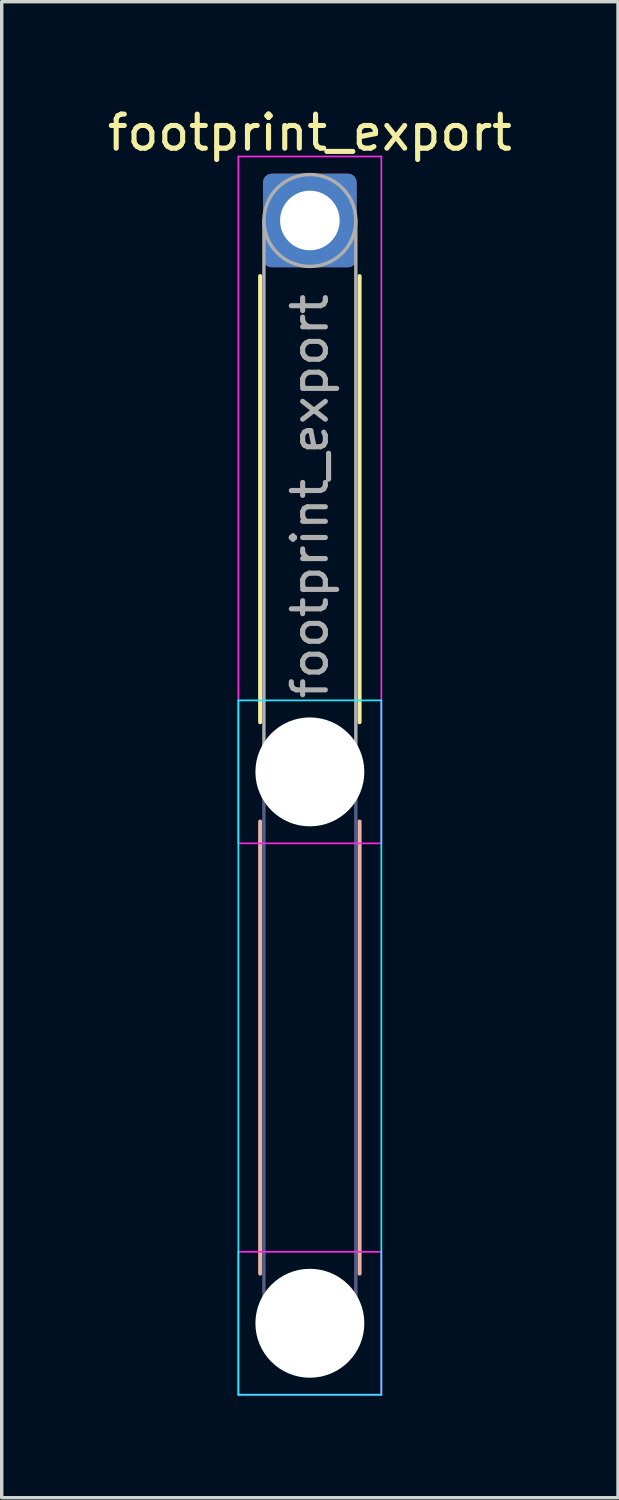
<source format=kicad_pcb>
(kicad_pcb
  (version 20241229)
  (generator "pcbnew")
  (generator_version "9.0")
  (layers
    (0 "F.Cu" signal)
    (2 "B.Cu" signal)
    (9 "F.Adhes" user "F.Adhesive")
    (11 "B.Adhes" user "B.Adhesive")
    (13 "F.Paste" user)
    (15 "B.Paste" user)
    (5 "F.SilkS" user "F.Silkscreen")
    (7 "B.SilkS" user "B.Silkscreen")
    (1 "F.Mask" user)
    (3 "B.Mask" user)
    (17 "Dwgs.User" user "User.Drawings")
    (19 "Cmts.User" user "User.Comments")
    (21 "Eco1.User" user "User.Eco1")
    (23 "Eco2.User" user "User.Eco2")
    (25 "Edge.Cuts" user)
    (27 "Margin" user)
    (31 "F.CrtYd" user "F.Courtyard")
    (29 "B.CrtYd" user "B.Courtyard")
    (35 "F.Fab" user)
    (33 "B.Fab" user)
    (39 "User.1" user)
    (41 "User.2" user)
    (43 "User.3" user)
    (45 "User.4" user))
  (footprint "footprint_export"
    (layer "F.Cu")
    (at 6.054 3.428)
    (property "Reference" "footprint_export" (at 0 -2.58 0) (layer "F.SilkS") (effects (font (size 1 1) (thickness 0.15))))
    (attr exclude_from_pos_files exclude_from_bom)
    (fp_line (start -1.46 1.635) (end -1.46 14.74) (stroke (width 0.12) (type solid)) (layer "F.SilkS"))
    (fp_line (start 1.46 1.635) (end 1.46 14.74) (stroke (width 0.12) (type solid)) (layer "F.SilkS"))
    (fp_line (start -1.46 17.66) (end -1.46 30.94) (stroke (width 0.12) (type solid)) (layer "B.SilkS"))
    (fp_line (start 1.46 17.66) (end 1.46 30.94) (stroke (width 0.12) (type solid)) (layer "B.SilkS"))
    (fp_line (start -2.1 14.1) (end -2.1 34.5) (stroke (width 0.05) (type solid)) (layer "B.CrtYd"))
    (fp_line (start -2.1 34.5) (end 2.1 34.5) (stroke (width 0.05) (type solid)) (layer "B.CrtYd"))
    (fp_line (start 2.1 14.1) (end -2.1 14.1) (stroke (width 0.05) (type solid)) (layer "B.CrtYd"))
    (fp_line (start 2.1 34.5) (end 2.1 14.1) (stroke (width 0.05) (type solid)) (layer "B.CrtYd"))
    (fp_line (start -2.1 -1.88) (end -2.1 18.3) (stroke (width 0.05) (type solid)) (layer "F.CrtYd"))
    (fp_line (start -2.1 18.3) (end 2.1 18.3) (stroke (width 0.05) (type solid)) (layer "F.CrtYd"))
    (fp_line (start -2.1 30.3) (end -2.1 34.5) (stroke (width 0.05) (type solid)) (layer "F.CrtYd"))
    (fp_line (start -2.1 34.5) (end 2.1 34.5) (stroke (width 0.05) (type solid)) (layer "F.CrtYd"))
    (fp_line (start 2.1 -1.88) (end -2.1 -1.88) (stroke (width 0.05) (type solid)) (layer "F.CrtYd"))
    (fp_line (start 2.1 18.3) (end 2.1 -1.88) (stroke (width 0.05) (type solid)) (layer "F.CrtYd"))
    (fp_line (start 2.1 30.3) (end -2.1 30.3) (stroke (width 0.05) (type solid)) (layer "F.CrtYd"))
    (fp_line (start 2.1 34.5) (end 2.1 30.3) (stroke (width 0.05) (type solid)) (layer "F.CrtYd"))
    (fp_line (start -1.35 16.2) (end -1.35 32.4) (stroke (width 0.1) (type solid)) (layer "B.Fab"))
    (fp_line (start 1.35 16.2) (end 1.35 32.4) (stroke (width 0.1) (type solid)) (layer "B.Fab"))
    (fp_circle (center 0 16.2) (end 1.35 16.2) (stroke (width 0.1) (type solid)) (fill no) (layer "B.Fab"))
    (fp_circle (center 0 32.4) (end 1.35 32.4) (stroke (width 0.1) (type solid)) (fill no) (layer "B.Fab"))
    (fp_line (start -1.35 0) (end -1.35 16.2) (stroke (width 0.1) (type solid)) (layer "F.Fab"))
    (fp_line (start 1.35 0) (end 1.35 16.2) (stroke (width 0.1) (type solid)) (layer "F.Fab"))
    (fp_circle (center 0 0) (end 1.35 0) (stroke (width 0.1) (type solid)) (fill no) (layer "F.Fab"))
    (fp_circle (center 0 16.2) (end 1.35 16.2) (stroke (width 0.1) (type solid)) (fill no) (layer "F.Fab"))
    (fp_circle (center 0 32.4) (end 1.35 32.4) (stroke (width 0.1) (type solid)) (fill no) (layer "F.Fab"))
    (fp_text user "${REFERENCE}" (at 0 8.1 90) (layer "F.Fab") (effects (font (size 1 1) (thickness 0.15))))
    (pad "" np_thru_hole circle (at 0 16.2) (size 3.2 3.2) (drill 3.2) (layers "*.Cu" "*.Mask"))
    (pad "" np_thru_hole circle (at 0 32.4) (size 3.2 3.2) (drill 3.2) (layers "*.Cu" "*.Mask"))
    (pad "1" thru_hole roundrect (at 0 0) (size 2.75 2.75) (drill 1.75) (layers "*.Cu" "*.Mask") (roundrect_rratio 0.091)))
  (gr_rect
    (start -3 -3)
    (end 15.107 40.953)
    (stroke (width 0.1) (type default))
    (fill no)
    (layer "Edge.Cuts")))
</source>
